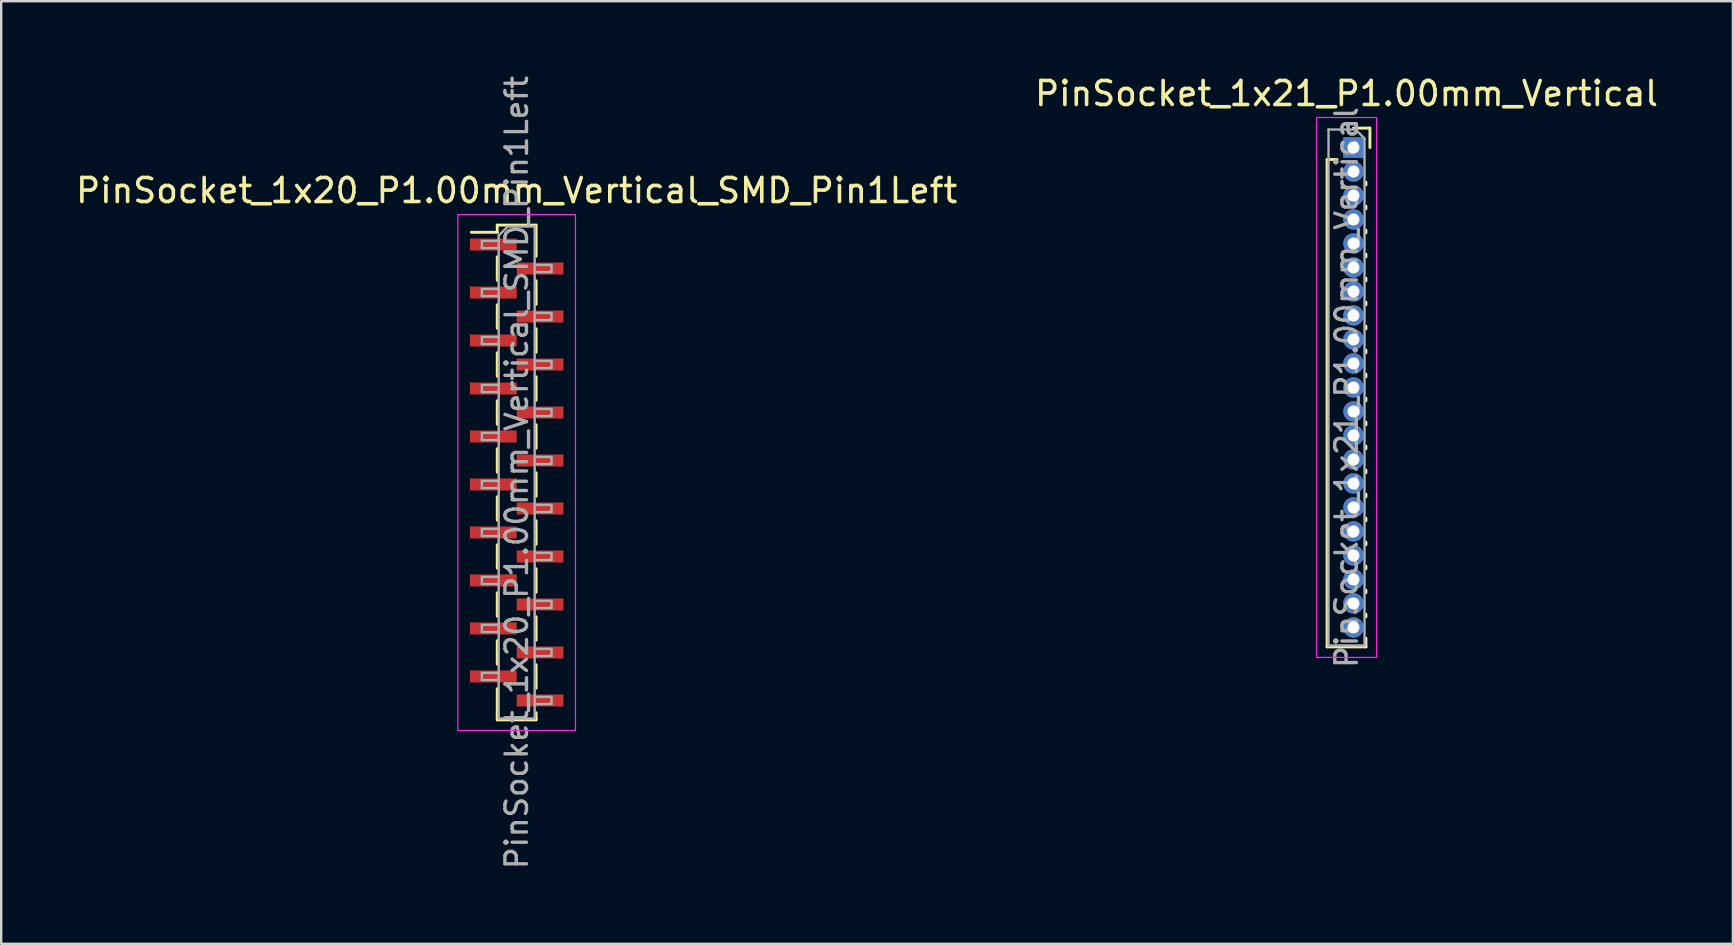
<source format=kicad_pcb>
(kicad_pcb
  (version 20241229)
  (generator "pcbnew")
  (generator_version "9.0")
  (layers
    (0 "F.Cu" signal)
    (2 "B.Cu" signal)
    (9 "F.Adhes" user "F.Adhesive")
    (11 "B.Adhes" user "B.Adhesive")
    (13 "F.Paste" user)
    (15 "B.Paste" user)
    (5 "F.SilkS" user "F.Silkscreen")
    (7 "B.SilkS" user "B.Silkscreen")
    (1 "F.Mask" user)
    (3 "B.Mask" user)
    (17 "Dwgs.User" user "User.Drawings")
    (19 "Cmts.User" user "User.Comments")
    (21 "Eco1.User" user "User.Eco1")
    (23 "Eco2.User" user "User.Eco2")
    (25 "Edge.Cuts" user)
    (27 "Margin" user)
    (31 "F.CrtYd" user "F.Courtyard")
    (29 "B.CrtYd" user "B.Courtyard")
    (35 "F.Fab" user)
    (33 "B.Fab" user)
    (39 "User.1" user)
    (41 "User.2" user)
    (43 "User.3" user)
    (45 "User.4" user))
  (footprint "PinSocket_1x21_P1.00mm_Vertical"
    (layer "F.Cu")
    (at 53.355 3.098)
    (property "Reference" "PinSocket_1x21_P1.00mm_Vertical" (at -0.29 -2.25 0) (layer "F.SilkS") (effects (font (size 1 1) (thickness 0.15))))
    (attr through_hole)
    (fp_line (start -1.1 0.5) (end -1.1 20.81) (stroke (width 0.12) (type solid)) (layer "F.SilkS"))
    (fp_line (start -1.1 0.5) (end -0.685 0.5) (stroke (width 0.12) (type solid)) (layer "F.SilkS"))
    (fp_line (start -1.1 20.81) (end 0.52 20.81) (stroke (width 0.12) (type solid)) (layer "F.SilkS"))
    (fp_line (start 0 -0.81) (end 0.685 -0.81) (stroke (width 0.12) (type solid)) (layer "F.SilkS"))
    (fp_line (start 0.52 1.446) (end 0.52 1.554) (stroke (width 0.12) (type solid)) (layer "F.SilkS"))
    (fp_line (start 0.52 2.446) (end 0.52 2.554) (stroke (width 0.12) (type solid)) (layer "F.SilkS"))
    (fp_line (start 0.52 3.446) (end 0.52 3.554) (stroke (width 0.12) (type solid)) (layer "F.SilkS"))
    (fp_line (start 0.52 4.446) (end 0.52 4.554) (stroke (width 0.12) (type solid)) (layer "F.SilkS"))
    (fp_line (start 0.52 5.446) (end 0.52 5.554) (stroke (width 0.12) (type solid)) (layer "F.SilkS"))
    (fp_line (start 0.52 6.446) (end 0.52 6.554) (stroke (width 0.12) (type solid)) (layer "F.SilkS"))
    (fp_line (start 0.52 7.446) (end 0.52 7.554) (stroke (width 0.12) (type solid)) (layer "F.SilkS"))
    (fp_line (start 0.52 8.446) (end 0.52 8.554) (stroke (width 0.12) (type solid)) (layer "F.SilkS"))
    (fp_line (start 0.52 9.446) (end 0.52 9.554) (stroke (width 0.12) (type solid)) (layer "F.SilkS"))
    (fp_line (start 0.52 10.446) (end 0.52 10.554) (stroke (width 0.12) (type solid)) (layer "F.SilkS"))
    (fp_line (start 0.52 11.446) (end 0.52 11.554) (stroke (width 0.12) (type solid)) (layer "F.SilkS"))
    (fp_line (start 0.52 12.446) (end 0.52 12.554) (stroke (width 0.12) (type solid)) (layer "F.SilkS"))
    (fp_line (start 0.52 13.446) (end 0.52 13.554) (stroke (width 0.12) (type solid)) (layer "F.SilkS"))
    (fp_line (start 0.52 14.446) (end 0.52 14.554) (stroke (width 0.12) (type solid)) (layer "F.SilkS"))
    (fp_line (start 0.52 15.446) (end 0.52 15.554) (stroke (width 0.12) (type solid)) (layer "F.SilkS"))
    (fp_line (start 0.52 16.446) (end 0.52 16.554) (stroke (width 0.12) (type solid)) (layer "F.SilkS"))
    (fp_line (start 0.52 17.446) (end 0.52 17.554) (stroke (width 0.12) (type solid)) (layer "F.SilkS"))
    (fp_line (start 0.52 18.446) (end 0.52 18.554) (stroke (width 0.12) (type solid)) (layer "F.SilkS"))
    (fp_line (start 0.52 19.446) (end 0.52 19.554) (stroke (width 0.12) (type solid)) (layer "F.SilkS"))
    (fp_line (start 0.52 20.446) (end 0.52 20.81) (stroke (width 0.12) (type solid)) (layer "F.SilkS"))
    (fp_line (start 0.685 -0.81) (end 0.685 0) (stroke (width 0.12) (type solid)) (layer "F.SilkS"))
    (fp_line (start -1.54 -1.25) (end 0.96 -1.25) (stroke (width 0.05) (type solid)) (layer "F.CrtYd"))
    (fp_line (start -1.54 21.25) (end -1.54 -1.25) (stroke (width 0.05) (type solid)) (layer "F.CrtYd"))
    (fp_line (start 0.96 -1.25) (end 0.96 21.25) (stroke (width 0.05) (type solid)) (layer "F.CrtYd"))
    (fp_line (start 0.96 21.25) (end -1.54 21.25) (stroke (width 0.05) (type solid)) (layer "F.CrtYd"))
    (fp_line (start -1.04 -0.75) (end 0.085 -0.75) (stroke (width 0.1) (type solid)) (layer "F.Fab"))
    (fp_line (start -1.04 20.75) (end -1.04 -0.75) (stroke (width 0.1) (type solid)) (layer "F.Fab"))
    (fp_line (start 0.085 -0.75) (end 0.46 -0.375) (stroke (width 0.1) (type solid)) (layer "F.Fab"))
    (fp_line (start 0.46 -0.375) (end 0.46 20.75) (stroke (width 0.1) (type solid)) (layer "F.Fab"))
    (fp_line (start 0.46 20.75) (end -1.04 20.75) (stroke (width 0.1) (type solid)) (layer "F.Fab"))
    (fp_text user "${REFERENCE}" (at -0.29 10 90) (layer "F.Fab") (effects (font (size 0.9 0.9) (thickness 0.14))))
    (pad "1" thru_hole rect (at 0 0) (size 0.85 0.85) (drill 0.5) (layers "*.Cu" "*.Mask"))
    (pad "2" thru_hole oval (at 0 1) (size 0.85 0.85) (drill 0.5) (layers "*.Cu" "*.Mask"))
    (pad "3" thru_hole oval (at 0 2) (size 0.85 0.85) (drill 0.5) (layers "*.Cu" "*.Mask"))
    (pad "4" thru_hole oval (at 0 3) (size 0.85 0.85) (drill 0.5) (layers "*.Cu" "*.Mask"))
    (pad "5" thru_hole oval (at 0 4) (size 0.85 0.85) (drill 0.5) (layers "*.Cu" "*.Mask"))
    (pad "6" thru_hole oval (at 0 5) (size 0.85 0.85) (drill 0.5) (layers "*.Cu" "*.Mask"))
    (pad "7" thru_hole oval (at 0 6) (size 0.85 0.85) (drill 0.5) (layers "*.Cu" "*.Mask"))
    (pad "8" thru_hole oval (at 0 7) (size 0.85 0.85) (drill 0.5) (layers "*.Cu" "*.Mask"))
    (pad "9" thru_hole oval (at 0 8) (size 0.85 0.85) (drill 0.5) (layers "*.Cu" "*.Mask"))
    (pad "10" thru_hole oval (at 0 9) (size 0.85 0.85) (drill 0.5) (layers "*.Cu" "*.Mask"))
    (pad "11" thru_hole oval (at 0 10) (size 0.85 0.85) (drill 0.5) (layers "*.Cu" "*.Mask"))
    (pad "12" thru_hole oval (at 0 11) (size 0.85 0.85) (drill 0.5) (layers "*.Cu" "*.Mask"))
    (pad "13" thru_hole oval (at 0 12) (size 0.85 0.85) (drill 0.5) (layers "*.Cu" "*.Mask"))
    (pad "14" thru_hole oval (at 0 13) (size 0.85 0.85) (drill 0.5) (layers "*.Cu" "*.Mask"))
    (pad "15" thru_hole oval (at 0 14) (size 0.85 0.85) (drill 0.5) (layers "*.Cu" "*.Mask"))
    (pad "16" thru_hole oval (at 0 15) (size 0.85 0.85) (drill 0.5) (layers "*.Cu" "*.Mask"))
    (pad "17" thru_hole oval (at 0 16) (size 0.85 0.85) (drill 0.5) (layers "*.Cu" "*.Mask"))
    (pad "18" thru_hole oval (at 0 17) (size 0.85 0.85) (drill 0.5) (layers "*.Cu" "*.Mask"))
    (pad "19" thru_hole oval (at 0 18) (size 0.85 0.85) (drill 0.5) (layers "*.Cu" "*.Mask"))
    (pad "20" thru_hole oval (at 0 19) (size 0.85 0.85) (drill 0.5) (layers "*.Cu" "*.Mask"))
    (pad "21" thru_hole oval (at 0 20) (size 0.85 0.85) (drill 0.5) (layers "*.Cu" "*.Mask")))
  (footprint "PinSocket_1x20_P1.00mm_Vertical_SMD_Pin1Left"
    (layer "F.Cu")
    (at 18.482 16.641)
    (property "Reference" "PinSocket_1x20_P1.00mm_Vertical_SMD_Pin1Left" (at 0 -11.75 0) (layer "F.SilkS") (effects (font (size 1 1) (thickness 0.15))))
    (attr smd)
    (fp_line (start -1.89 -10.01) (end -0.81 -10.01) (stroke (width 0.12) (type solid)) (layer "F.SilkS"))
    (fp_line (start -0.81 -10.31) (end -0.81 -10.01) (stroke (width 0.12) (type solid)) (layer "F.SilkS"))
    (fp_line (start -0.81 -10.31) (end 0.81 -10.31) (stroke (width 0.12) (type solid)) (layer "F.SilkS"))
    (fp_line (start -0.81 -8.99) (end -0.81 -8.01) (stroke (width 0.12) (type solid)) (layer "F.SilkS"))
    (fp_line (start -0.81 -6.99) (end -0.81 -6.01) (stroke (width 0.12) (type solid)) (layer "F.SilkS"))
    (fp_line (start -0.81 -4.99) (end -0.81 -4.01) (stroke (width 0.12) (type solid)) (layer "F.SilkS"))
    (fp_line (start -0.81 -2.99) (end -0.81 -2.01) (stroke (width 0.12) (type solid)) (layer "F.SilkS"))
    (fp_line (start -0.81 -0.99) (end -0.81 -0.01) (stroke (width 0.12) (type solid)) (layer "F.SilkS"))
    (fp_line (start -0.81 1.01) (end -0.81 1.99) (stroke (width 0.12) (type solid)) (layer "F.SilkS"))
    (fp_line (start -0.81 3.01) (end -0.81 3.99) (stroke (width 0.12) (type solid)) (layer "F.SilkS"))
    (fp_line (start -0.81 5.01) (end -0.81 5.99) (stroke (width 0.12) (type solid)) (layer "F.SilkS"))
    (fp_line (start -0.81 7.01) (end -0.81 7.99) (stroke (width 0.12) (type solid)) (layer "F.SilkS"))
    (fp_line (start -0.81 9.01) (end -0.81 10.31) (stroke (width 0.12) (type solid)) (layer "F.SilkS"))
    (fp_line (start -0.81 10.31) (end 0.81 10.31) (stroke (width 0.12) (type solid)) (layer "F.SilkS"))
    (fp_line (start 0.81 -10.31) (end 0.81 -9.01) (stroke (width 0.12) (type solid)) (layer "F.SilkS"))
    (fp_line (start 0.81 -7.99) (end 0.81 -7.01) (stroke (width 0.12) (type solid)) (layer "F.SilkS"))
    (fp_line (start 0.81 -5.99) (end 0.81 -5.01) (stroke (width 0.12) (type solid)) (layer "F.SilkS"))
    (fp_line (start 0.81 -3.99) (end 0.81 -3.01) (stroke (width 0.12) (type solid)) (layer "F.SilkS"))
    (fp_line (start 0.81 -1.99) (end 0.81 -1.01) (stroke (width 0.12) (type solid)) (layer "F.SilkS"))
    (fp_line (start 0.81 0.01) (end 0.81 0.99) (stroke (width 0.12) (type solid)) (layer "F.SilkS"))
    (fp_line (start 0.81 2.01) (end 0.81 2.99) (stroke (width 0.12) (type solid)) (layer "F.SilkS"))
    (fp_line (start 0.81 4.01) (end 0.81 4.99) (stroke (width 0.12) (type solid)) (layer "F.SilkS"))
    (fp_line (start 0.81 6.01) (end 0.81 6.99) (stroke (width 0.12) (type solid)) (layer "F.SilkS"))
    (fp_line (start 0.81 8.01) (end 0.81 8.99) (stroke (width 0.12) (type solid)) (layer "F.SilkS"))
    (fp_line (start 0.81 10.01) (end 0.81 10.31) (stroke (width 0.12) (type solid)) (layer "F.SilkS"))
    (fp_line (start -2.45 -10.75) (end 2.45 -10.75) (stroke (width 0.05) (type solid)) (layer "F.CrtYd"))
    (fp_line (start -2.45 10.75) (end -2.45 -10.75) (stroke (width 0.05) (type solid)) (layer "F.CrtYd"))
    (fp_line (start 2.45 -10.75) (end 2.45 10.75) (stroke (width 0.05) (type solid)) (layer "F.CrtYd"))
    (fp_line (start 2.45 10.75) (end -2.45 10.75) (stroke (width 0.05) (type solid)) (layer "F.CrtYd"))
    (fp_line (start -1.45 -9.65) (end -0.75 -9.65) (stroke (width 0.1) (type solid)) (layer "F.Fab"))
    (fp_line (start -1.45 -9.35) (end -1.45 -9.65) (stroke (width 0.1) (type solid)) (layer "F.Fab"))
    (fp_line (start -1.45 -7.65) (end -0.75 -7.65) (stroke (width 0.1) (type solid)) (layer "F.Fab"))
    (fp_line (start -1.45 -7.35) (end -1.45 -7.65) (stroke (width 0.1) (type solid)) (layer "F.Fab"))
    (fp_line (start -1.45 -5.65) (end -0.75 -5.65) (stroke (width 0.1) (type solid)) (layer "F.Fab"))
    (fp_line (start -1.45 -5.35) (end -1.45 -5.65) (stroke (width 0.1) (type solid)) (layer "F.Fab"))
    (fp_line (start -1.45 -3.65) (end -0.75 -3.65) (stroke (width 0.1) (type solid)) (layer "F.Fab"))
    (fp_line (start -1.45 -3.35) (end -1.45 -3.65) (stroke (width 0.1) (type solid)) (layer "F.Fab"))
    (fp_line (start -1.45 -1.65) (end -0.75 -1.65) (stroke (width 0.1) (type solid)) (layer "F.Fab"))
    (fp_line (start -1.45 -1.35) (end -1.45 -1.65) (stroke (width 0.1) (type solid)) (layer "F.Fab"))
    (fp_line (start -1.45 0.35) (end -0.75 0.35) (stroke (width 0.1) (type solid)) (layer "F.Fab"))
    (fp_line (start -1.45 0.65) (end -1.45 0.35) (stroke (width 0.1) (type solid)) (layer "F.Fab"))
    (fp_line (start -1.45 2.35) (end -0.75 2.35) (stroke (width 0.1) (type solid)) (layer "F.Fab"))
    (fp_line (start -1.45 2.65) (end -1.45 2.35) (stroke (width 0.1) (type solid)) (layer "F.Fab"))
    (fp_line (start -1.45 4.35) (end -0.75 4.35) (stroke (width 0.1) (type solid)) (layer "F.Fab"))
    (fp_line (start -1.45 4.65) (end -1.45 4.35) (stroke (width 0.1) (type solid)) (layer "F.Fab"))
    (fp_line (start -1.45 6.35) (end -0.75 6.35) (stroke (width 0.1) (type solid)) (layer "F.Fab"))
    (fp_line (start -1.45 6.65) (end -1.45 6.35) (stroke (width 0.1) (type solid)) (layer "F.Fab"))
    (fp_line (start -1.45 8.35) (end -0.75 8.35) (stroke (width 0.1) (type solid)) (layer "F.Fab"))
    (fp_line (start -1.45 8.65) (end -1.45 8.35) (stroke (width 0.1) (type solid)) (layer "F.Fab"))
    (fp_line (start -0.75 -9.875) (end -0.375 -10.25) (stroke (width 0.1) (type solid)) (layer "F.Fab"))
    (fp_line (start -0.75 -9.35) (end -1.45 -9.35) (stroke (width 0.1) (type solid)) (layer "F.Fab"))
    (fp_line (start -0.75 -7.35) (end -1.45 -7.35) (stroke (width 0.1) (type solid)) (layer "F.Fab"))
    (fp_line (start -0.75 -5.35) (end -1.45 -5.35) (stroke (width 0.1) (type solid)) (layer "F.Fab"))
    (fp_line (start -0.75 -3.35) (end -1.45 -3.35) (stroke (width 0.1) (type solid)) (layer "F.Fab"))
    (fp_line (start -0.75 -1.35) (end -1.45 -1.35) (stroke (width 0.1) (type solid)) (layer "F.Fab"))
    (fp_line (start -0.75 0.65) (end -1.45 0.65) (stroke (width 0.1) (type solid)) (layer "F.Fab"))
    (fp_line (start -0.75 2.65) (end -1.45 2.65) (stroke (width 0.1) (type solid)) (layer "F.Fab"))
    (fp_line (start -0.75 4.65) (end -1.45 4.65) (stroke (width 0.1) (type solid)) (layer "F.Fab"))
    (fp_line (start -0.75 6.65) (end -1.45 6.65) (stroke (width 0.1) (type solid)) (layer "F.Fab"))
    (fp_line (start -0.75 8.65) (end -1.45 8.65) (stroke (width 0.1) (type solid)) (layer "F.Fab"))
    (fp_line (start -0.75 10.25) (end -0.75 -9.875) (stroke (width 0.1) (type solid)) (layer "F.Fab"))
    (fp_line (start -0.375 -10.25) (end 0.75 -10.25) (stroke (width 0.1) (type solid)) (layer "F.Fab"))
    (fp_line (start 0.75 -10.25) (end 0.75 10.25) (stroke (width 0.1) (type solid)) (layer "F.Fab"))
    (fp_line (start 0.75 -8.65) (end 1.45 -8.65) (stroke (width 0.1) (type solid)) (layer "F.Fab"))
    (fp_line (start 0.75 -6.65) (end 1.45 -6.65) (stroke (width 0.1) (type solid)) (layer "F.Fab"))
    (fp_line (start 0.75 -4.65) (end 1.45 -4.65) (stroke (width 0.1) (type solid)) (layer "F.Fab"))
    (fp_line (start 0.75 -2.65) (end 1.45 -2.65) (stroke (width 0.1) (type solid)) (layer "F.Fab"))
    (fp_line (start 0.75 -0.65) (end 1.45 -0.65) (stroke (width 0.1) (type solid)) (layer "F.Fab"))
    (fp_line (start 0.75 1.35) (end 1.45 1.35) (stroke (width 0.1) (type solid)) (layer "F.Fab"))
    (fp_line (start 0.75 3.35) (end 1.45 3.35) (stroke (width 0.1) (type solid)) (layer "F.Fab"))
    (fp_line (start 0.75 5.35) (end 1.45 5.35) (stroke (width 0.1) (type solid)) (layer "F.Fab"))
    (fp_line (start 0.75 7.35) (end 1.45 7.35) (stroke (width 0.1) (type solid)) (layer "F.Fab"))
    (fp_line (start 0.75 9.35) (end 1.45 9.35) (stroke (width 0.1) (type solid)) (layer "F.Fab"))
    (fp_line (start 0.75 10.25) (end -0.75 10.25) (stroke (width 0.1) (type solid)) (layer "F.Fab"))
    (fp_line (start 1.45 -8.65) (end 1.45 -8.35) (stroke (width 0.1) (type solid)) (layer "F.Fab"))
    (fp_line (start 1.45 -8.35) (end 0.75 -8.35) (stroke (width 0.1) (type solid)) (layer "F.Fab"))
    (fp_line (start 1.45 -6.65) (end 1.45 -6.35) (stroke (width 0.1) (type solid)) (layer "F.Fab"))
    (fp_line (start 1.45 -6.35) (end 0.75 -6.35) (stroke (width 0.1) (type solid)) (layer "F.Fab"))
    (fp_line (start 1.45 -4.65) (end 1.45 -4.35) (stroke (width 0.1) (type solid)) (layer "F.Fab"))
    (fp_line (start 1.45 -4.35) (end 0.75 -4.35) (stroke (width 0.1) (type solid)) (layer "F.Fab"))
    (fp_line (start 1.45 -2.65) (end 1.45 -2.35) (stroke (width 0.1) (type solid)) (layer "F.Fab"))
    (fp_line (start 1.45 -2.35) (end 0.75 -2.35) (stroke (width 0.1) (type solid)) (layer "F.Fab"))
    (fp_line (start 1.45 -0.65) (end 1.45 -0.35) (stroke (width 0.1) (type solid)) (layer "F.Fab"))
    (fp_line (start 1.45 -0.35) (end 0.75 -0.35) (stroke (width 0.1) (type solid)) (layer "F.Fab"))
    (fp_line (start 1.45 1.35) (end 1.45 1.65) (stroke (width 0.1) (type solid)) (layer "F.Fab"))
    (fp_line (start 1.45 1.65) (end 0.75 1.65) (stroke (width 0.1) (type solid)) (layer "F.Fab"))
    (fp_line (start 1.45 3.35) (end 1.45 3.65) (stroke (width 0.1) (type solid)) (layer "F.Fab"))
    (fp_line (start 1.45 3.65) (end 0.75 3.65) (stroke (width 0.1) (type solid)) (layer "F.Fab"))
    (fp_line (start 1.45 5.35) (end 1.45 5.65) (stroke (width 0.1) (type solid)) (layer "F.Fab"))
    (fp_line (start 1.45 5.65) (end 0.75 5.65) (stroke (width 0.1) (type solid)) (layer "F.Fab"))
    (fp_line (start 1.45 7.35) (end 1.45 7.65) (stroke (width 0.1) (type solid)) (layer "F.Fab"))
    (fp_line (start 1.45 7.65) (end 0.75 7.65) (stroke (width 0.1) (type solid)) (layer "F.Fab"))
    (fp_line (start 1.45 9.35) (end 1.45 9.65) (stroke (width 0.1) (type solid)) (layer "F.Fab"))
    (fp_line (start 1.45 9.65) (end 0.75 9.65) (stroke (width 0.1) (type solid)) (layer "F.Fab"))
    (fp_text user "${REFERENCE}" (at 0 0 90) (layer "F.Fab") (effects (font (size 0.9 0.9) (thickness 0.14))))
    (pad "1" smd rect (at -0.975 -9.5) (size 1.95 0.5) (layers "F.Cu" "F.Mask" "F.Paste"))
    (pad "2" smd rect (at 0.975 -8.5) (size 1.95 0.5) (layers "F.Cu" "F.Mask" "F.Paste"))
    (pad "3" smd rect (at -0.975 -7.5) (size 1.95 0.5) (layers "F.Cu" "F.Mask" "F.Paste"))
    (pad "4" smd rect (at 0.975 -6.5) (size 1.95 0.5) (layers "F.Cu" "F.Mask" "F.Paste"))
    (pad "5" smd rect (at -0.975 -5.5) (size 1.95 0.5) (layers "F.Cu" "F.Mask" "F.Paste"))
    (pad "6" smd rect (at 0.975 -4.5) (size 1.95 0.5) (layers "F.Cu" "F.Mask" "F.Paste"))
    (pad "7" smd rect (at -0.975 -3.5) (size 1.95 0.5) (layers "F.Cu" "F.Mask" "F.Paste"))
    (pad "8" smd rect (at 0.975 -2.5) (size 1.95 0.5) (layers "F.Cu" "F.Mask" "F.Paste"))
    (pad "9" smd rect (at -0.975 -1.5) (size 1.95 0.5) (layers "F.Cu" "F.Mask" "F.Paste"))
    (pad "10" smd rect (at 0.975 -0.5) (size 1.95 0.5) (layers "F.Cu" "F.Mask" "F.Paste"))
    (pad "11" smd rect (at -0.975 0.5) (size 1.95 0.5) (layers "F.Cu" "F.Mask" "F.Paste"))
    (pad "12" smd rect (at 0.975 1.5) (size 1.95 0.5) (layers "F.Cu" "F.Mask" "F.Paste"))
    (pad "13" smd rect (at -0.975 2.5) (size 1.95 0.5) (layers "F.Cu" "F.Mask" "F.Paste"))
    (pad "14" smd rect (at 0.975 3.5) (size 1.95 0.5) (layers "F.Cu" "F.Mask" "F.Paste"))
    (pad "15" smd rect (at -0.975 4.5) (size 1.95 0.5) (layers "F.Cu" "F.Mask" "F.Paste"))
    (pad "16" smd rect (at 0.975 5.5) (size 1.95 0.5) (layers "F.Cu" "F.Mask" "F.Paste"))
    (pad "17" smd rect (at -0.975 6.5) (size 1.95 0.5) (layers "F.Cu" "F.Mask" "F.Paste"))
    (pad "18" smd rect (at 0.975 7.5) (size 1.95 0.5) (layers "F.Cu" "F.Mask" "F.Paste"))
    (pad "19" smd rect (at -0.975 8.5) (size 1.95 0.5) (layers "F.Cu" "F.Mask" "F.Paste"))
    (pad "20" smd rect (at 0.975 9.5) (size 1.95 0.5) (layers "F.Cu" "F.Mask" "F.Paste")))
  (gr_rect
    (start -3 -3)
    (end 69.167 36.283)
    (stroke (width 0.1) (type default))
    (fill no)
    (layer "Edge.Cuts")))
</source>
